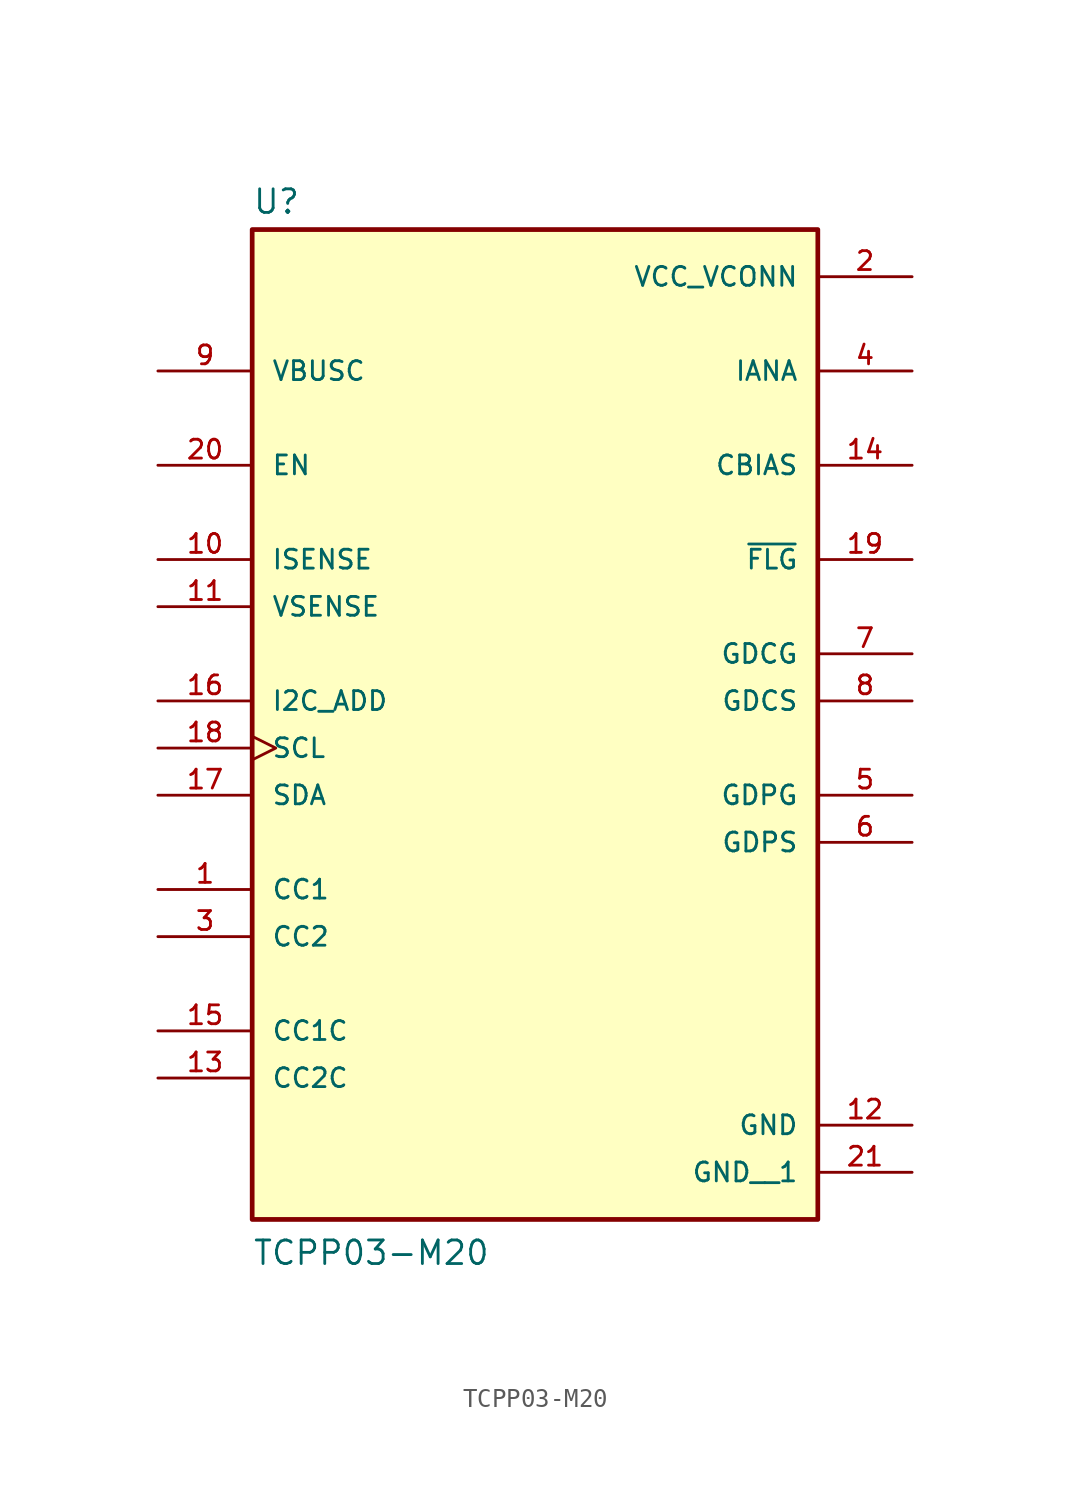
<source format=kicad_sym>
(kicad_symbol_lib
  (version 20211014)
  (generator kicad_symbol_editor)
  (symbol "TCPP03-M20"
    (pin_names
      (offset 1.016))
    (property "Reference" "U"
      (at -15.24 26.162 0)
      (effects (font (size 1.27 1.27)) (justify bottom left)))
    (property "Value" "TCPP03-M20"
      (at -15.24 -30.48 0)
      (effects (font (size 1.27 1.27)) (justify bottom left)))
    (symbol "TCPP03-M20_0_0"
      (rectangle (start -15.24 -27.94) (end 15.24 25.4) (stroke (width 0.254)) (fill (type background)))
      (pin bidirectional line (at -20.32 -10.16 0) (length 5.08) (name "CC1" (effects (font (size 1.016 1.016)))) (number "1" (effects (font (size 1.016 1.016)))))
      (pin bidirectional line (at -20.32 -12.7 0) (length 5.08) (name "CC2" (effects (font (size 1.016 1.016)))) (number "3" (effects (font (size 1.016 1.016)))))
      (pin power_in line (at 20.32 -22.86 180.0) (length 5.08) (name "GND" (effects (font (size 1.016 1.016)))) (number "12" (effects (font (size 1.016 1.016)))))
      (pin bidirectional line (at -20.32 -17.78 0) (length 5.08) (name "CC1C" (effects (font (size 1.016 1.016)))) (number "15" (effects (font (size 1.016 1.016)))))
      (pin bidirectional line (at -20.32 -20.32 0) (length 5.08) (name "CC2C" (effects (font (size 1.016 1.016)))) (number "13" (effects (font (size 1.016 1.016)))))
      (pin output line (at 20.32 12.7 180.0) (length 5.08) (name "CBIAS" (effects (font (size 1.016 1.016)))) (number "14" (effects (font (size 1.016 1.016)))))
      (pin input line (at -20.32 0.0 0) (length 5.08) (name "I2C_ADD" (effects (font (size 1.016 1.016)))) (number "16" (effects (font (size 1.016 1.016)))))
      (pin bidirectional line (at -20.32 -5.08 0) (length 5.08) (name "SDA" (effects (font (size 1.016 1.016)))) (number "17" (effects (font (size 1.016 1.016)))))
      (pin bidirectional clock (at -20.32 -2.54 0) (length 5.08) (name "SCL" (effects (font (size 1.016 1.016)))) (number "18" (effects (font (size 1.016 1.016)))))
      (pin output line (at 20.32 7.62 180.0) (length 5.08) (name "~{FLG}" (effects (font (size 1.016 1.016)))) (number "19" (effects (font (size 1.016 1.016)))))
      (pin input line (at -20.32 12.7 0) (length 5.08) (name "EN" (effects (font (size 1.016 1.016)))) (number "20" (effects (font (size 1.016 1.016)))))
      (pin power_in line (at 20.32 22.86 180.0) (length 5.08) (name "VCC_VCONN" (effects (font (size 1.016 1.016)))) (number "2" (effects (font (size 1.016 1.016)))))
      (pin output line (at 20.32 17.78 180.0) (length 5.08) (name "IANA" (effects (font (size 1.016 1.016)))) (number "4" (effects (font (size 1.016 1.016)))))
      (pin output line (at 20.32 -5.08 180.0) (length 5.08) (name "GDPG" (effects (font (size 1.016 1.016)))) (number "5" (effects (font (size 1.016 1.016)))))
      (pin input line (at 20.32 -7.62 180.0) (length 5.08) (name "GDPS" (effects (font (size 1.016 1.016)))) (number "6" (effects (font (size 1.016 1.016)))))
      (pin input line (at 20.32 0.0 180.0) (length 5.08) (name "GDCS" (effects (font (size 1.016 1.016)))) (number "8" (effects (font (size 1.016 1.016)))))
      (pin output line (at 20.32 2.54 180.0) (length 5.08) (name "GDCG" (effects (font (size 1.016 1.016)))) (number "7" (effects (font (size 1.016 1.016)))))
      (pin input line (at -20.32 17.78 0) (length 5.08) (name "VBUSC" (effects (font (size 1.016 1.016)))) (number "9" (effects (font (size 1.016 1.016)))))
      (pin input line (at -20.32 7.62 0) (length 5.08) (name "ISENSE" (effects (font (size 1.016 1.016)))) (number "10" (effects (font (size 1.016 1.016)))))
      (pin input line (at -20.32 5.08 0) (length 5.08) (name "VSENSE" (effects (font (size 1.016 1.016)))) (number "11" (effects (font (size 1.016 1.016)))))
      (pin power_in line (at 20.32 -25.4 180.0) (length 5.08) (name "GND__1" (effects (font (size 1.016 1.016)))) (number "21" (effects (font (size 1.016 1.016))))))))
</source>
